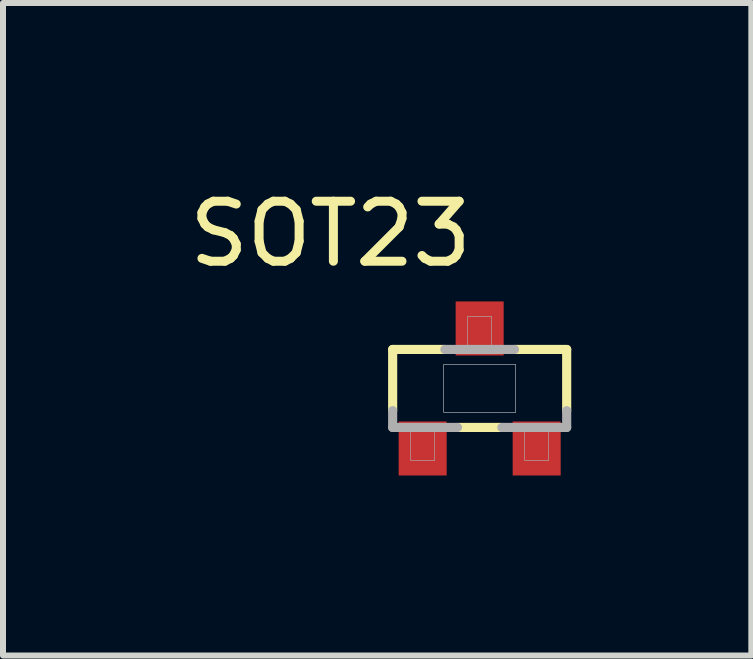
<source format=kicad_pcb>
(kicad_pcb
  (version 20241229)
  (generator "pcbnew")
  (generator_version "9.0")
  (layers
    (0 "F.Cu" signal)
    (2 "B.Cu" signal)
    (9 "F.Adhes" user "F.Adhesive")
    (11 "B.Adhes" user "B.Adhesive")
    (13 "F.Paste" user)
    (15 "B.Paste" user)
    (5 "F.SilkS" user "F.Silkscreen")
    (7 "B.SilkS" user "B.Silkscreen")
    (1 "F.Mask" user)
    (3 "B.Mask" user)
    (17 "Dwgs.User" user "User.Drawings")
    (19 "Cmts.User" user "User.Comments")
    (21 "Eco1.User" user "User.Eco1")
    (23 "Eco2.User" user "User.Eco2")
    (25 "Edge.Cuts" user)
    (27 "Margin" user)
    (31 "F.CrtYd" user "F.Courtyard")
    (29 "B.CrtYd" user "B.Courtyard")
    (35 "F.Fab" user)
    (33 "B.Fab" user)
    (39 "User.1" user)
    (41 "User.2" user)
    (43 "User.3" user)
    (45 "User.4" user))
  (footprint "SOT23"
    (layer "F.Cu")
    (at 4.943 3.423)
    (property "Reference" "SOT23" (at -2.485 -2.575 180) (layer "F.SilkS") (effects (font (size 1 1) (thickness 0.15))))
    (attr smd)
    (fp_line (start -1.45 -0.65) (end -0.58 -0.65) (stroke (width 0.152) (type solid)) (layer "F.SilkS"))
    (fp_line (start -1.45 0.37) (end -1.45 -0.65) (stroke (width 0.152) (type solid)) (layer "F.SilkS"))
    (fp_line (start -0.37 0.65) (end 0.37 0.65) (stroke (width 0.152) (type solid)) (layer "F.SilkS"))
    (fp_line (start 0.58 -0.65) (end 1.45 -0.65) (stroke (width 0.152) (type solid)) (layer "F.SilkS"))
    (fp_line (start 1.45 -0.65) (end 1.45 0.37) (stroke (width 0.152) (type solid)) (layer "F.SilkS"))
    (fp_poly (pts (xy -0.6 -0.4) (xy 0.6 -0.4) (xy 0.6 0.4) (xy -0.6 0.4)) (stroke (width 0.01) (type solid)) (fill no) (layer "Dwgs.User"))
    (fp_line (start -1.45 0.65) (end -1.45 0.37) (stroke (width 0.152) (type solid)) (layer "F.Fab"))
    (fp_line (start -1.45 0.65) (end -0.37 0.65) (stroke (width 0.152) (type solid)) (layer "F.Fab"))
    (fp_line (start -0.58 -0.65) (end 0.58 -0.65) (stroke (width 0.152) (type solid)) (layer "F.Fab"))
    (fp_line (start 0.37 0.65) (end 1.45 0.65) (stroke (width 0.152) (type solid)) (layer "F.Fab"))
    (fp_line (start 1.45 0.37) (end 1.45 0.65) (stroke (width 0.152) (type solid)) (layer "F.Fab"))
    (fp_poly (pts (xy -1.15 0.65) (xy -0.75 0.65) (xy -0.75 1.2) (xy -1.15 1.2)) (stroke (width 0.01) (type solid)) (fill no) (layer "F.Fab"))
    (fp_poly (pts (xy -0.2 -1.2) (xy 0.2 -1.2) (xy 0.2 -0.65) (xy -0.2 -0.65)) (stroke (width 0.01) (type solid)) (fill no) (layer "F.Fab"))
    (fp_poly (pts (xy 0.75 0.65) (xy 1.15 0.65) (xy 1.15 1.2) (xy 0.75 1.2)) (stroke (width 0.01) (type solid)) (fill no) (layer "F.Fab"))
    (pad "1" smd rect (at -0.95 1) (size 0.8 0.9) (layers "F.Cu" "F.Mask" "F.Paste"))
    (pad "2" smd rect (at 0.95 1) (size 0.8 0.9) (layers "F.Cu" "F.Mask" "F.Paste"))
    (pad "3" smd rect (at 0 -1) (size 0.8 0.9) (layers "F.Cu" "F.Mask" "F.Paste")))
  (gr_rect
    (start -3 -3)
    (end 9.47 7.873)
    (stroke (width 0.1) (type default))
    (fill no)
    (layer "Edge.Cuts")))
</source>
